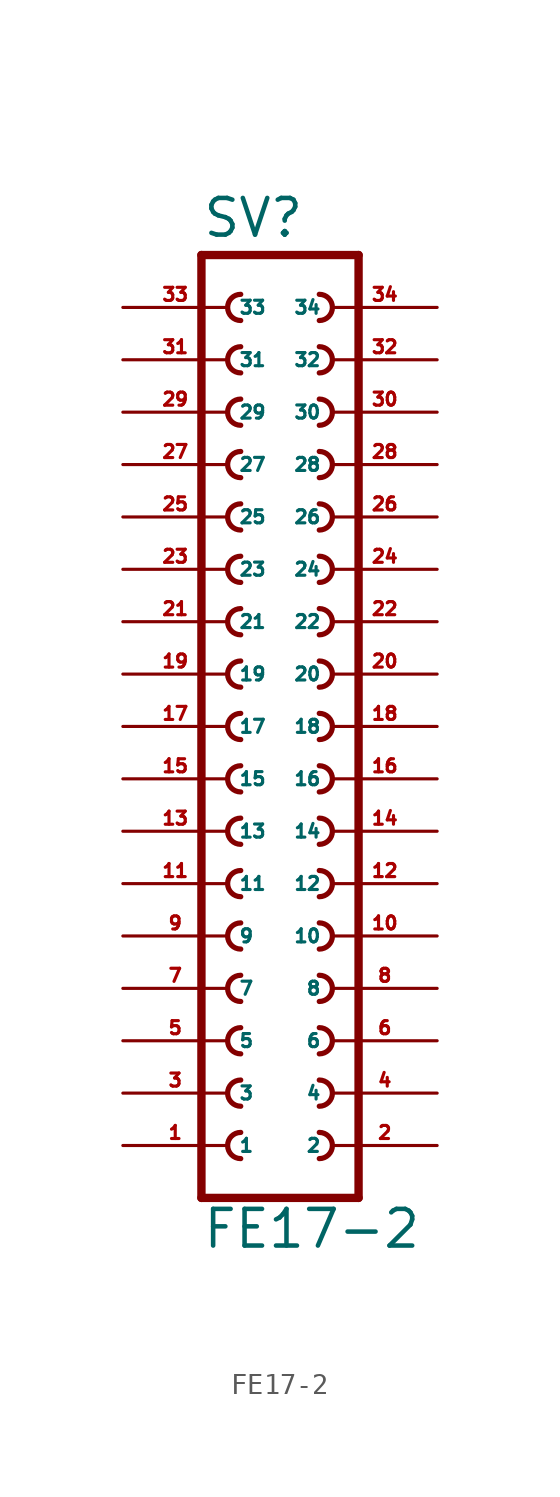
<source format=kicad_sym>
(kicad_symbol_lib
  (version 20220914)
  (generator Eagle2Kicad)
  (symbol "FE17-2"
    (property "Reference" "SV"
      (at -3.81 23.622 0)
      (effects (font (size 1.778 1.778) (thickness 0.22)) (justify left bottom)))
    (property "Value" "FE17-2"
      (at -3.81 -25.4 0)
      (effects (font (size 1.778 1.778) (thickness 0.22)) (justify left bottom)))
    (polyline
      (pts (xy 3.81 -22.86) (xy -3.81 -22.86))
      (stroke (width 0.406) (type default))
      (fill (type none)))
    (arc
      (start -1.905 -14.605)
      (mid -2.540 -15.240)
      (end -1.905 -15.875)
      (stroke (width 0.254) (type default))
      (fill (type none)))
    (arc
      (start -1.905 -17.145)
      (mid -2.540 -17.780)
      (end -1.905 -18.415)
      (stroke (width 0.254) (type default))
      (fill (type none)))
    (arc
      (start -1.905 -19.685)
      (mid -2.540 -20.320)
      (end -1.905 -20.955)
      (stroke (width 0.254) (type default))
      (fill (type none)))
    (arc
      (start 1.905 -15.875)
      (mid 2.540 -15.240)
      (end 1.905 -14.605)
      (stroke (width 0.254) (type default))
      (fill (type none)))
    (arc
      (start 1.905 -18.415)
      (mid 2.540 -17.780)
      (end 1.905 -17.145)
      (stroke (width 0.254) (type default))
      (fill (type none)))
    (arc
      (start 1.905 -20.955)
      (mid 2.540 -20.320)
      (end 1.905 -19.685)
      (stroke (width 0.254) (type default))
      (fill (type none)))
    (arc
      (start -1.905 -9.525)
      (mid -2.540 -10.160)
      (end -1.905 -10.795)
      (stroke (width 0.254) (type default))
      (fill (type none)))
    (arc
      (start -1.905 -12.065)
      (mid -2.540 -12.700)
      (end -1.905 -13.335)
      (stroke (width 0.254) (type default))
      (fill (type none)))
    (arc
      (start 1.905 -10.795)
      (mid 2.540 -10.160)
      (end 1.905 -9.525)
      (stroke (width 0.254) (type default))
      (fill (type none)))
    (arc
      (start 1.905 -13.335)
      (mid 2.540 -12.700)
      (end 1.905 -12.065)
      (stroke (width 0.254) (type default))
      (fill (type none)))
    (arc
      (start -1.905 -1.905)
      (mid -2.540 -2.540)
      (end -1.905 -3.175)
      (stroke (width 0.254) (type default))
      (fill (type none)))
    (arc
      (start -1.905 -4.445)
      (mid -2.540 -5.080)
      (end -1.905 -5.715)
      (stroke (width 0.254) (type default))
      (fill (type none)))
    (arc
      (start -1.905 -6.985)
      (mid -2.540 -7.620)
      (end -1.905 -8.255)
      (stroke (width 0.254) (type default))
      (fill (type none)))
    (arc
      (start 1.905 -3.175)
      (mid 2.540 -2.540)
      (end 1.905 -1.905)
      (stroke (width 0.254) (type default))
      (fill (type none)))
    (arc
      (start 1.905 -5.715)
      (mid 2.540 -5.080)
      (end 1.905 -4.445)
      (stroke (width 0.254) (type default))
      (fill (type none)))
    (arc
      (start 1.905 -8.255)
      (mid 2.540 -7.620)
      (end 1.905 -6.985)
      (stroke (width 0.254) (type default))
      (fill (type none)))
    (arc
      (start -1.905 3.175)
      (mid -2.540 2.540)
      (end -1.905 1.905)
      (stroke (width 0.254) (type default))
      (fill (type none)))
    (arc
      (start -1.905 0.635)
      (mid -2.540 0.000)
      (end -1.905 -0.635)
      (stroke (width 0.254) (type default))
      (fill (type none)))
    (arc
      (start 1.905 1.905)
      (mid 2.540 2.540)
      (end 1.905 3.175)
      (stroke (width 0.254) (type default))
      (fill (type none)))
    (arc
      (start 1.905 -0.635)
      (mid 2.540 0.000)
      (end 1.905 0.635)
      (stroke (width 0.254) (type default))
      (fill (type none)))
    (arc
      (start -1.905 10.795)
      (mid -2.540 10.160)
      (end -1.905 9.525)
      (stroke (width 0.254) (type default))
      (fill (type none)))
    (arc
      (start -1.905 8.255)
      (mid -2.540 7.620)
      (end -1.905 6.985)
      (stroke (width 0.254) (type default))
      (fill (type none)))
    (arc
      (start -1.905 5.715)
      (mid -2.540 5.080)
      (end -1.905 4.445)
      (stroke (width 0.254) (type default))
      (fill (type none)))
    (arc
      (start 1.905 9.525)
      (mid 2.540 10.160)
      (end 1.905 10.795)
      (stroke (width 0.254) (type default))
      (fill (type none)))
    (arc
      (start 1.905 6.985)
      (mid 2.540 7.620)
      (end 1.905 8.255)
      (stroke (width 0.254) (type default))
      (fill (type none)))
    (arc
      (start 1.905 4.445)
      (mid 2.540 5.080)
      (end 1.905 5.715)
      (stroke (width 0.254) (type default))
      (fill (type none)))
    (arc
      (start -1.905 15.875)
      (mid -2.540 15.240)
      (end -1.905 14.605)
      (stroke (width 0.254) (type default))
      (fill (type none)))
    (arc
      (start -1.905 13.335)
      (mid -2.540 12.700)
      (end -1.905 12.065)
      (stroke (width 0.254) (type default))
      (fill (type none)))
    (arc
      (start 1.905 14.605)
      (mid 2.540 15.240)
      (end 1.905 15.875)
      (stroke (width 0.254) (type default))
      (fill (type none)))
    (arc
      (start 1.905 12.065)
      (mid 2.540 12.700)
      (end 1.905 13.335)
      (stroke (width 0.254) (type default))
      (fill (type none)))
    (arc
      (start -1.905 20.955)
      (mid -2.540 20.320)
      (end -1.905 19.685)
      (stroke (width 0.254) (type default))
      (fill (type none)))
    (arc
      (start -1.905 18.415)
      (mid -2.540 17.780)
      (end -1.905 17.145)
      (stroke (width 0.254) (type default))
      (fill (type none)))
    (arc
      (start 1.905 19.685)
      (mid 2.540 20.320)
      (end 1.905 20.955)
      (stroke (width 0.254) (type default))
      (fill (type none)))
    (arc
      (start 1.905 17.145)
      (mid 2.540 17.780)
      (end 1.905 18.415)
      (stroke (width 0.254) (type default))
      (fill (type none)))
    (polyline
      (pts (xy -3.81 22.86) (xy -3.81 -22.86))
      (stroke (width 0.406) (type default))
      (fill (type none)))
    (polyline
      (pts (xy 3.81 -22.86) (xy 3.81 22.86))
      (stroke (width 0.406) (type default))
      (fill (type none)))
    (polyline
      (pts (xy -3.81 22.86) (xy 3.81 22.86))
      (stroke (width 0.406) (type default))
      (fill (type none)))
    (pin passive line
      (at -7.62 -20.32 0)
      (length 5.08)
      (name "1" (effects (font (size 0.635 0.635) (thickness 0.08)) (justify left bottom)))
      (number "1" (effects (font (size 0.635 0.635) (thickness 0.08)) (justify left bottom))))
    (pin passive line
      (at -7.62 -17.78 0)
      (length 5.08)
      (name "3" (effects (font (size 0.635 0.635) (thickness 0.08)) (justify left bottom)))
      (number "3" (effects (font (size 0.635 0.635) (thickness 0.08)) (justify left bottom))))
    (pin passive line
      (at -7.62 -15.24 0)
      (length 5.08)
      (name "5" (effects (font (size 0.635 0.635) (thickness 0.08)) (justify left bottom)))
      (number "5" (effects (font (size 0.635 0.635) (thickness 0.08)) (justify left bottom))))
    (pin passive line
      (at 7.62 -20.32 180)
      (length 5.08)
      (name "2" (effects (font (size 0.635 0.635) (thickness 0.08)) (justify left bottom)))
      (number "2" (effects (font (size 0.635 0.635) (thickness 0.08)) (justify left bottom))))
    (pin passive line
      (at 7.62 -17.78 180)
      (length 5.08)
      (name "4" (effects (font (size 0.635 0.635) (thickness 0.08)) (justify left bottom)))
      (number "4" (effects (font (size 0.635 0.635) (thickness 0.08)) (justify left bottom))))
    (pin passive line
      (at 7.62 -15.24 180)
      (length 5.08)
      (name "6" (effects (font (size 0.635 0.635) (thickness 0.08)) (justify left bottom)))
      (number "6" (effects (font (size 0.635 0.635) (thickness 0.08)) (justify left bottom))))
    (pin passive line
      (at -7.62 -12.7 0)
      (length 5.08)
      (name "7" (effects (font (size 0.635 0.635) (thickness 0.08)) (justify left bottom)))
      (number "7" (effects (font (size 0.635 0.635) (thickness 0.08)) (justify left bottom))))
    (pin passive line
      (at -7.62 -10.16 0)
      (length 5.08)
      (name "9" (effects (font (size 0.635 0.635) (thickness 0.08)) (justify left bottom)))
      (number "9" (effects (font (size 0.635 0.635) (thickness 0.08)) (justify left bottom))))
    (pin passive line
      (at 7.62 -12.7 180)
      (length 5.08)
      (name "8" (effects (font (size 0.635 0.635) (thickness 0.08)) (justify left bottom)))
      (number "8" (effects (font (size 0.635 0.635) (thickness 0.08)) (justify left bottom))))
    (pin passive line
      (at 7.62 -10.16 180)
      (length 5.08)
      (name "10" (effects (font (size 0.635 0.635) (thickness 0.08)) (justify left bottom)))
      (number "10" (effects (font (size 0.635 0.635) (thickness 0.08)) (justify left bottom))))
    (pin passive line
      (at -7.62 -7.62 0)
      (length 5.08)
      (name "11" (effects (font (size 0.635 0.635) (thickness 0.08)) (justify left bottom)))
      (number "11" (effects (font (size 0.635 0.635) (thickness 0.08)) (justify left bottom))))
    (pin passive line
      (at -7.62 -5.08 0)
      (length 5.08)
      (name "13" (effects (font (size 0.635 0.635) (thickness 0.08)) (justify left bottom)))
      (number "13" (effects (font (size 0.635 0.635) (thickness 0.08)) (justify left bottom))))
    (pin passive line
      (at -7.62 -2.54 0)
      (length 5.08)
      (name "15" (effects (font (size 0.635 0.635) (thickness 0.08)) (justify left bottom)))
      (number "15" (effects (font (size 0.635 0.635) (thickness 0.08)) (justify left bottom))))
    (pin passive line
      (at 7.62 -7.62 180)
      (length 5.08)
      (name "12" (effects (font (size 0.635 0.635) (thickness 0.08)) (justify left bottom)))
      (number "12" (effects (font (size 0.635 0.635) (thickness 0.08)) (justify left bottom))))
    (pin passive line
      (at 7.62 -5.08 180)
      (length 5.08)
      (name "14" (effects (font (size 0.635 0.635) (thickness 0.08)) (justify left bottom)))
      (number "14" (effects (font (size 0.635 0.635) (thickness 0.08)) (justify left bottom))))
    (pin passive line
      (at 7.62 -2.54 180)
      (length 5.08)
      (name "16" (effects (font (size 0.635 0.635) (thickness 0.08)) (justify left bottom)))
      (number "16" (effects (font (size 0.635 0.635) (thickness 0.08)) (justify left bottom))))
    (pin passive line
      (at -7.62 0 0)
      (length 5.08)
      (name "17" (effects (font (size 0.635 0.635) (thickness 0.08)) (justify left bottom)))
      (number "17" (effects (font (size 0.635 0.635) (thickness 0.08)) (justify left bottom))))
    (pin passive line
      (at -7.62 2.54 0)
      (length 5.08)
      (name "19" (effects (font (size 0.635 0.635) (thickness 0.08)) (justify left bottom)))
      (number "19" (effects (font (size 0.635 0.635) (thickness 0.08)) (justify left bottom))))
    (pin passive line
      (at 7.62 0 180)
      (length 5.08)
      (name "18" (effects (font (size 0.635 0.635) (thickness 0.08)) (justify left bottom)))
      (number "18" (effects (font (size 0.635 0.635) (thickness 0.08)) (justify left bottom))))
    (pin passive line
      (at 7.62 2.54 180)
      (length 5.08)
      (name "20" (effects (font (size 0.635 0.635) (thickness 0.08)) (justify left bottom)))
      (number "20" (effects (font (size 0.635 0.635) (thickness 0.08)) (justify left bottom))))
    (pin passive line
      (at -7.62 5.08 0)
      (length 5.08)
      (name "21" (effects (font (size 0.635 0.635) (thickness 0.08)) (justify left bottom)))
      (number "21" (effects (font (size 0.635 0.635) (thickness 0.08)) (justify left bottom))))
    (pin passive line
      (at -7.62 7.62 0)
      (length 5.08)
      (name "23" (effects (font (size 0.635 0.635) (thickness 0.08)) (justify left bottom)))
      (number "23" (effects (font (size 0.635 0.635) (thickness 0.08)) (justify left bottom))))
    (pin passive line
      (at -7.62 10.16 0)
      (length 5.08)
      (name "25" (effects (font (size 0.635 0.635) (thickness 0.08)) (justify left bottom)))
      (number "25" (effects (font (size 0.635 0.635) (thickness 0.08)) (justify left bottom))))
    (pin passive line
      (at 7.62 5.08 180)
      (length 5.08)
      (name "22" (effects (font (size 0.635 0.635) (thickness 0.08)) (justify left bottom)))
      (number "22" (effects (font (size 0.635 0.635) (thickness 0.08)) (justify left bottom))))
    (pin passive line
      (at 7.62 7.62 180)
      (length 5.08)
      (name "24" (effects (font (size 0.635 0.635) (thickness 0.08)) (justify left bottom)))
      (number "24" (effects (font (size 0.635 0.635) (thickness 0.08)) (justify left bottom))))
    (pin passive line
      (at 7.62 10.16 180)
      (length 5.08)
      (name "26" (effects (font (size 0.635 0.635) (thickness 0.08)) (justify left bottom)))
      (number "26" (effects (font (size 0.635 0.635) (thickness 0.08)) (justify left bottom))))
    (pin passive line
      (at -7.62 12.7 0)
      (length 5.08)
      (name "27" (effects (font (size 0.635 0.635) (thickness 0.08)) (justify left bottom)))
      (number "27" (effects (font (size 0.635 0.635) (thickness 0.08)) (justify left bottom))))
    (pin passive line
      (at -7.62 15.24 0)
      (length 5.08)
      (name "29" (effects (font (size 0.635 0.635) (thickness 0.08)) (justify left bottom)))
      (number "29" (effects (font (size 0.635 0.635) (thickness 0.08)) (justify left bottom))))
    (pin passive line
      (at 7.62 12.7 180)
      (length 5.08)
      (name "28" (effects (font (size 0.635 0.635) (thickness 0.08)) (justify left bottom)))
      (number "28" (effects (font (size 0.635 0.635) (thickness 0.08)) (justify left bottom))))
    (pin passive line
      (at 7.62 15.24 180)
      (length 5.08)
      (name "30" (effects (font (size 0.635 0.635) (thickness 0.08)) (justify left bottom)))
      (number "30" (effects (font (size 0.635 0.635) (thickness 0.08)) (justify left bottom))))
    (pin passive line
      (at -7.62 17.78 0)
      (length 5.08)
      (name "31" (effects (font (size 0.635 0.635) (thickness 0.08)) (justify left bottom)))
      (number "31" (effects (font (size 0.635 0.635) (thickness 0.08)) (justify left bottom))))
    (pin passive line
      (at -7.62 20.32 0)
      (length 5.08)
      (name "33" (effects (font (size 0.635 0.635) (thickness 0.08)) (justify left bottom)))
      (number "33" (effects (font (size 0.635 0.635) (thickness 0.08)) (justify left bottom))))
    (pin passive line
      (at 7.62 17.78 180)
      (length 5.08)
      (name "32" (effects (font (size 0.635 0.635) (thickness 0.08)) (justify left bottom)))
      (number "32" (effects (font (size 0.635 0.635) (thickness 0.08)) (justify left bottom))))
    (pin passive line
      (at 7.62 20.32 180)
      (length 5.08)
      (name "34" (effects (font (size 0.635 0.635) (thickness 0.08)) (justify left bottom)))
      (number "34" (effects (font (size 0.635 0.635) (thickness 0.08)) (justify left bottom))))))
</source>
